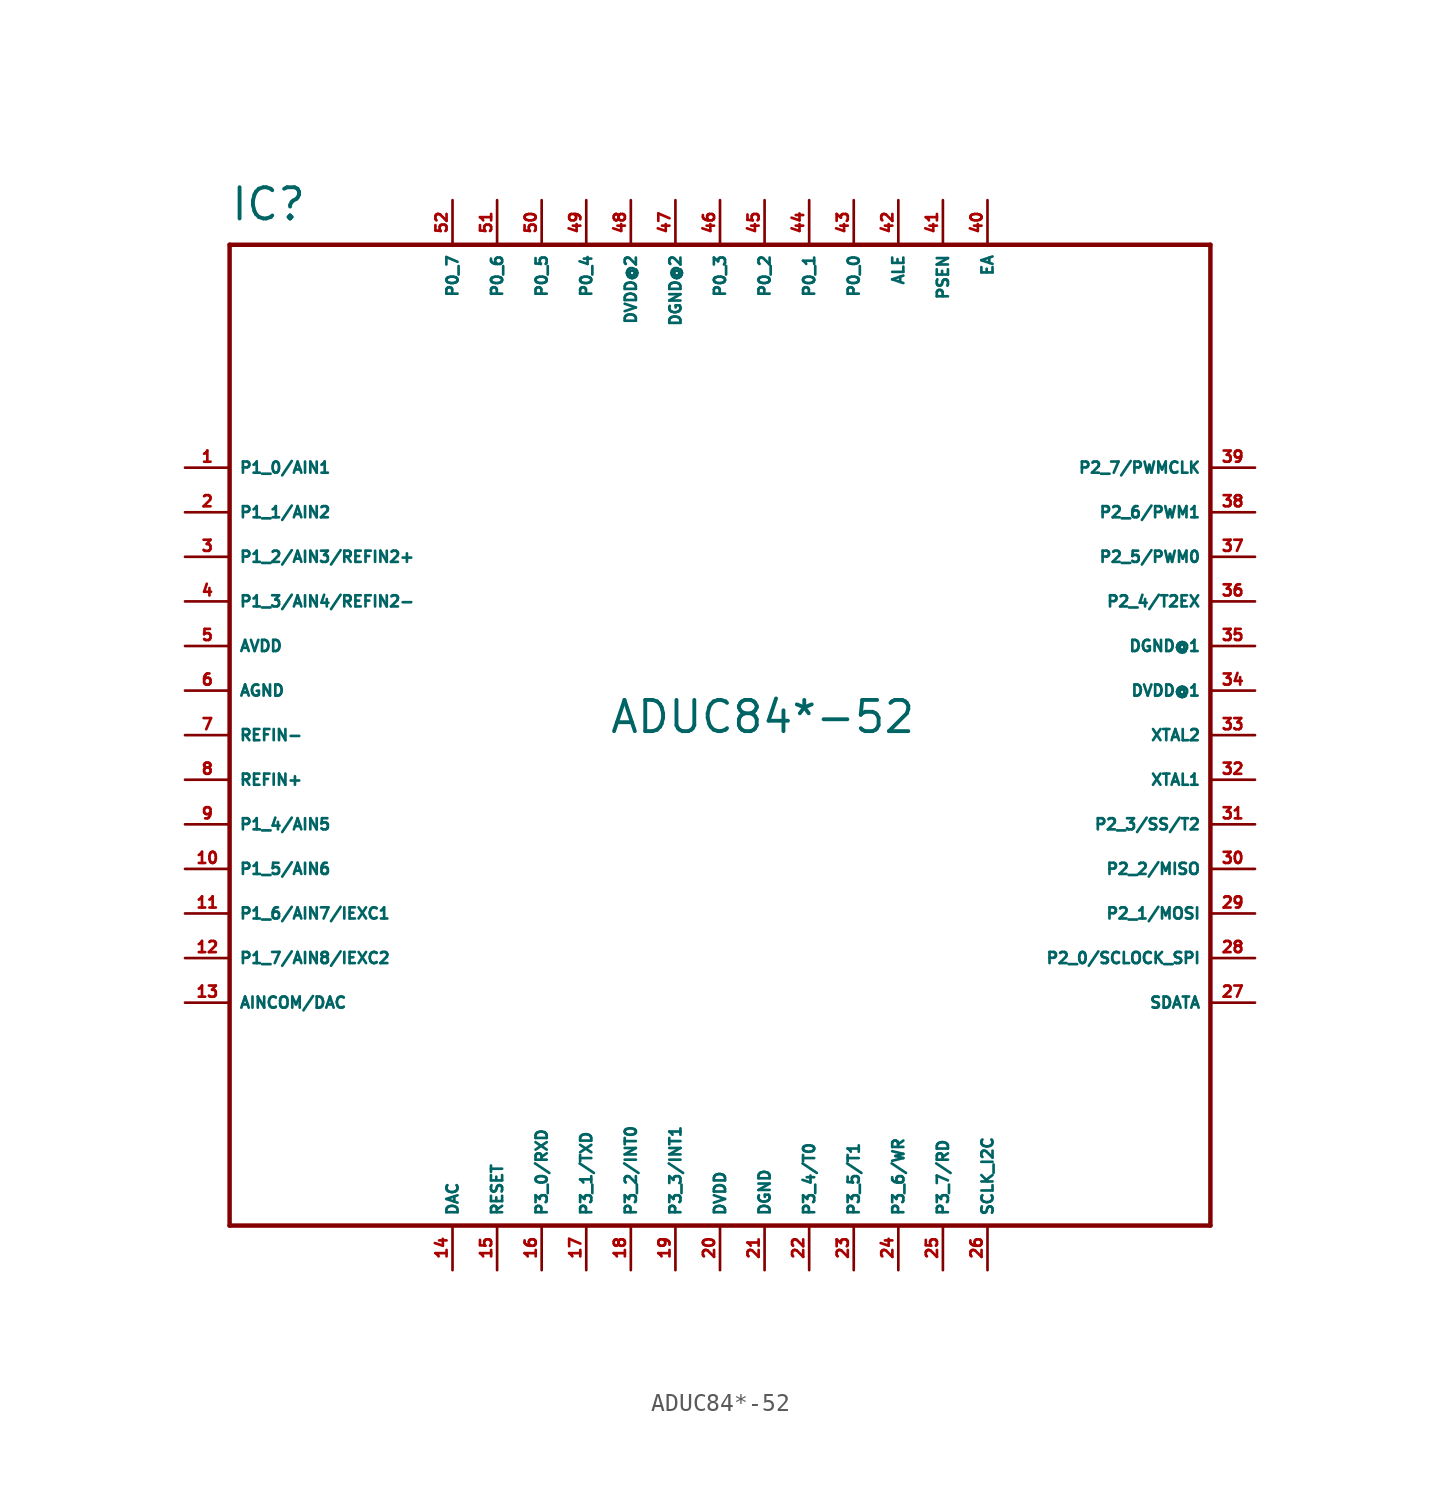
<source format=kicad_sym>
(kicad_symbol_lib
  (version 20220914)
  (generator Eagle2Kicad)
  (symbol "ADUC84*-52"
    (property "Reference" "IC"
      (at -27.94 29.21 0)
      (effects (font (size 1.778 1.778) (thickness 0.22)) (justify left bottom)))
    (property "Value" "ADUC84*-52"
      (at -6.35 0 0)
      (effects (font (size 1.778 1.778) (thickness 0.22)) (justify left bottom)))
    (polyline
      (pts (xy -27.94 -27.94) (xy 27.94 -27.94))
      (stroke (width 0.254) (type default))
      (fill (type none)))
    (polyline
      (pts (xy 27.94 -27.94) (xy 27.94 27.94))
      (stroke (width 0.254) (type default))
      (fill (type none)))
    (polyline
      (pts (xy 27.94 27.94) (xy -27.94 27.94))
      (stroke (width 0.254) (type default))
      (fill (type none)))
    (polyline
      (pts (xy -27.94 27.94) (xy -27.94 -27.94))
      (stroke (width 0.254) (type default))
      (fill (type none)))
    (pin input line
      (at -30.48 15.24 0)
      (length 2.54)
      (name "P1_0/AIN1" (effects (font (size 0.635 0.635) (thickness 0.08)) (justify left bottom)))
      (number "1" (effects (font (size 0.635 0.635) (thickness 0.08)) (justify left bottom))))
    (pin input line
      (at -30.48 12.7 0)
      (length 2.54)
      (name "P1_1/AIN2" (effects (font (size 0.635 0.635) (thickness 0.08)) (justify left bottom)))
      (number "2" (effects (font (size 0.635 0.635) (thickness 0.08)) (justify left bottom))))
    (pin input line
      (at -30.48 10.16 0)
      (length 2.54)
      (name "P1_2/AIN3/REFIN2+" (effects (font (size 0.635 0.635) (thickness 0.08)) (justify left bottom)))
      (number "3" (effects (font (size 0.635 0.635) (thickness 0.08)) (justify left bottom))))
    (pin input line
      (at -30.48 7.62 0)
      (length 2.54)
      (name "P1_3/AIN4/REFIN2-" (effects (font (size 0.635 0.635) (thickness 0.08)) (justify left bottom)))
      (number "4" (effects (font (size 0.635 0.635) (thickness 0.08)) (justify left bottom))))
    (pin unspecified line
      (at -30.48 5.08 0)
      (length 2.54)
      (name "AVDD" (effects (font (size 0.635 0.635) (thickness 0.08)) (justify left bottom)))
      (number "5" (effects (font (size 0.635 0.635) (thickness 0.08)) (justify left bottom))))
    (pin unspecified line
      (at -30.48 2.54 0)
      (length 2.54)
      (name "AGND" (effects (font (size 0.635 0.635) (thickness 0.08)) (justify left bottom)))
      (number "6" (effects (font (size 0.635 0.635) (thickness 0.08)) (justify left bottom))))
    (pin input line
      (at -30.48 0 0)
      (length 2.54)
      (name "REFIN-" (effects (font (size 0.635 0.635) (thickness 0.08)) (justify left bottom)))
      (number "7" (effects (font (size 0.635 0.635) (thickness 0.08)) (justify left bottom))))
    (pin input line
      (at -30.48 -2.54 0)
      (length 2.54)
      (name "REFIN+" (effects (font (size 0.635 0.635) (thickness 0.08)) (justify left bottom)))
      (number "8" (effects (font (size 0.635 0.635) (thickness 0.08)) (justify left bottom))))
    (pin input line
      (at -30.48 -5.08 0)
      (length 2.54)
      (name "P1_4/AIN5" (effects (font (size 0.635 0.635) (thickness 0.08)) (justify left bottom)))
      (number "9" (effects (font (size 0.635 0.635) (thickness 0.08)) (justify left bottom))))
    (pin input line
      (at -30.48 -7.62 0)
      (length 2.54)
      (name "P1_5/AIN6" (effects (font (size 0.635 0.635) (thickness 0.08)) (justify left bottom)))
      (number "10" (effects (font (size 0.635 0.635) (thickness 0.08)) (justify left bottom))))
    (pin bidirectional line
      (at -30.48 -10.16 0)
      (length 2.54)
      (name "P1_6/AIN7/IEXC1" (effects (font (size 0.635 0.635) (thickness 0.08)) (justify left bottom)))
      (number "11" (effects (font (size 0.635 0.635) (thickness 0.08)) (justify left bottom))))
    (pin bidirectional line
      (at -30.48 -12.7 0)
      (length 2.54)
      (name "P1_7/AIN8/IEXC2" (effects (font (size 0.635 0.635) (thickness 0.08)) (justify left bottom)))
      (number "12" (effects (font (size 0.635 0.635) (thickness 0.08)) (justify left bottom))))
    (pin bidirectional line
      (at -30.48 -15.24 0)
      (length 2.54)
      (name "AINCOM/DAC" (effects (font (size 0.635 0.635) (thickness 0.08)) (justify left bottom)))
      (number "13" (effects (font (size 0.635 0.635) (thickness 0.08)) (justify left bottom))))
    (pin output line
      (at -15.24 -30.48 90)
      (length 2.54)
      (name "DAC" (effects (font (size 0.635 0.635) (thickness 0.08)) (justify left bottom)))
      (number "14" (effects (font (size 0.635 0.635) (thickness 0.08)) (justify left bottom))))
    (pin input line
      (at -12.7 -30.48 90)
      (length 2.54)
      (name "RESET" (effects (font (size 0.635 0.635) (thickness 0.08)) (justify left bottom)))
      (number "15" (effects (font (size 0.635 0.635) (thickness 0.08)) (justify left bottom))))
    (pin bidirectional line
      (at -10.16 -30.48 90)
      (length 2.54)
      (name "P3_0/RXD" (effects (font (size 0.635 0.635) (thickness 0.08)) (justify left bottom)))
      (number "16" (effects (font (size 0.635 0.635) (thickness 0.08)) (justify left bottom))))
    (pin bidirectional line
      (at -7.62 -30.48 90)
      (length 2.54)
      (name "P3_1/TXD" (effects (font (size 0.635 0.635) (thickness 0.08)) (justify left bottom)))
      (number "17" (effects (font (size 0.635 0.635) (thickness 0.08)) (justify left bottom))))
    (pin bidirectional line
      (at -5.08 -30.48 90)
      (length 2.54)
      (name "P3_2/INT0" (effects (font (size 0.635 0.635) (thickness 0.08)) (justify left bottom)))
      (number "18" (effects (font (size 0.635 0.635) (thickness 0.08)) (justify left bottom))))
    (pin bidirectional line
      (at -2.54 -30.48 90)
      (length 2.54)
      (name "P3_3/INT1" (effects (font (size 0.635 0.635) (thickness 0.08)) (justify left bottom)))
      (number "19" (effects (font (size 0.635 0.635) (thickness 0.08)) (justify left bottom))))
    (pin unspecified line
      (at 0 -30.48 90)
      (length 2.54)
      (name "DVDD" (effects (font (size 0.635 0.635) (thickness 0.08)) (justify left bottom)))
      (number "20" (effects (font (size 0.635 0.635) (thickness 0.08)) (justify left bottom))))
    (pin unspecified line
      (at 2.54 -30.48 90)
      (length 2.54)
      (name "DGND" (effects (font (size 0.635 0.635) (thickness 0.08)) (justify left bottom)))
      (number "21" (effects (font (size 0.635 0.635) (thickness 0.08)) (justify left bottom))))
    (pin bidirectional line
      (at 5.08 -30.48 90)
      (length 2.54)
      (name "P3_4/T0" (effects (font (size 0.635 0.635) (thickness 0.08)) (justify left bottom)))
      (number "22" (effects (font (size 0.635 0.635) (thickness 0.08)) (justify left bottom))))
    (pin bidirectional line
      (at 7.62 -30.48 90)
      (length 2.54)
      (name "P3_5/T1" (effects (font (size 0.635 0.635) (thickness 0.08)) (justify left bottom)))
      (number "23" (effects (font (size 0.635 0.635) (thickness 0.08)) (justify left bottom))))
    (pin bidirectional line
      (at 10.16 -30.48 90)
      (length 2.54)
      (name "P3_6/WR" (effects (font (size 0.635 0.635) (thickness 0.08)) (justify left bottom)))
      (number "24" (effects (font (size 0.635 0.635) (thickness 0.08)) (justify left bottom))))
    (pin bidirectional line
      (at 12.7 -30.48 90)
      (length 2.54)
      (name "P3_7/RD" (effects (font (size 0.635 0.635) (thickness 0.08)) (justify left bottom)))
      (number "25" (effects (font (size 0.635 0.635) (thickness 0.08)) (justify left bottom))))
    (pin bidirectional line
      (at 15.24 -30.48 90)
      (length 2.54)
      (name "SCLK_I2C" (effects (font (size 0.635 0.635) (thickness 0.08)) (justify left bottom)))
      (number "26" (effects (font (size 0.635 0.635) (thickness 0.08)) (justify left bottom))))
    (pin bidirectional line
      (at 30.48 -15.24 180)
      (length 2.54)
      (name "SDATA" (effects (font (size 0.635 0.635) (thickness 0.08)) (justify left bottom)))
      (number "27" (effects (font (size 0.635 0.635) (thickness 0.08)) (justify left bottom))))
    (pin bidirectional line
      (at 30.48 -12.7 180)
      (length 2.54)
      (name "P2_0/SCLOCK_SPI" (effects (font (size 0.635 0.635) (thickness 0.08)) (justify left bottom)))
      (number "28" (effects (font (size 0.635 0.635) (thickness 0.08)) (justify left bottom))))
    (pin bidirectional line
      (at 30.48 -10.16 180)
      (length 2.54)
      (name "P2_1/MOSI" (effects (font (size 0.635 0.635) (thickness 0.08)) (justify left bottom)))
      (number "29" (effects (font (size 0.635 0.635) (thickness 0.08)) (justify left bottom))))
    (pin bidirectional line
      (at 30.48 -7.62 180)
      (length 2.54)
      (name "P2_2/MISO" (effects (font (size 0.635 0.635) (thickness 0.08)) (justify left bottom)))
      (number "30" (effects (font (size 0.635 0.635) (thickness 0.08)) (justify left bottom))))
    (pin bidirectional line
      (at 30.48 -5.08 180)
      (length 2.54)
      (name "P2_3/SS/T2" (effects (font (size 0.635 0.635) (thickness 0.08)) (justify left bottom)))
      (number "31" (effects (font (size 0.635 0.635) (thickness 0.08)) (justify left bottom))))
    (pin input line
      (at 30.48 -2.54 180)
      (length 2.54)
      (name "XTAL1" (effects (font (size 0.635 0.635) (thickness 0.08)) (justify left bottom)))
      (number "32" (effects (font (size 0.635 0.635) (thickness 0.08)) (justify left bottom))))
    (pin output line
      (at 30.48 0 180)
      (length 2.54)
      (name "XTAL2" (effects (font (size 0.635 0.635) (thickness 0.08)) (justify left bottom)))
      (number "33" (effects (font (size 0.635 0.635) (thickness 0.08)) (justify left bottom))))
    (pin unspecified line
      (at 30.48 2.54 180)
      (length 2.54)
      (name "DVDD@1" (effects (font (size 0.635 0.635) (thickness 0.08)) (justify left bottom)))
      (number "34" (effects (font (size 0.635 0.635) (thickness 0.08)) (justify left bottom))))
    (pin unspecified line
      (at 30.48 5.08 180)
      (length 2.54)
      (name "DGND@1" (effects (font (size 0.635 0.635) (thickness 0.08)) (justify left bottom)))
      (number "35" (effects (font (size 0.635 0.635) (thickness 0.08)) (justify left bottom))))
    (pin bidirectional line
      (at 30.48 7.62 180)
      (length 2.54)
      (name "P2_4/T2EX" (effects (font (size 0.635 0.635) (thickness 0.08)) (justify left bottom)))
      (number "36" (effects (font (size 0.635 0.635) (thickness 0.08)) (justify left bottom))))
    (pin bidirectional line
      (at 30.48 10.16 180)
      (length 2.54)
      (name "P2_5/PWM0" (effects (font (size 0.635 0.635) (thickness 0.08)) (justify left bottom)))
      (number "37" (effects (font (size 0.635 0.635) (thickness 0.08)) (justify left bottom))))
    (pin bidirectional line
      (at 30.48 12.7 180)
      (length 2.54)
      (name "P2_6/PWM1" (effects (font (size 0.635 0.635) (thickness 0.08)) (justify left bottom)))
      (number "38" (effects (font (size 0.635 0.635) (thickness 0.08)) (justify left bottom))))
    (pin bidirectional line
      (at 30.48 15.24 180)
      (length 2.54)
      (name "P2_7/PWMCLK" (effects (font (size 0.635 0.635) (thickness 0.08)) (justify left bottom)))
      (number "39" (effects (font (size 0.635 0.635) (thickness 0.08)) (justify left bottom))))
    (pin input line
      (at 15.24 30.48 270)
      (length 2.54)
      (name "EA" (effects (font (size 0.635 0.635) (thickness 0.08)) (justify left bottom)))
      (number "40" (effects (font (size 0.635 0.635) (thickness 0.08)) (justify left bottom))))
    (pin output line
      (at 12.7 30.48 270)
      (length 2.54)
      (name "PSEN" (effects (font (size 0.635 0.635) (thickness 0.08)) (justify left bottom)))
      (number "41" (effects (font (size 0.635 0.635) (thickness 0.08)) (justify left bottom))))
    (pin output line
      (at 10.16 30.48 270)
      (length 2.54)
      (name "ALE" (effects (font (size 0.635 0.635) (thickness 0.08)) (justify left bottom)))
      (number "42" (effects (font (size 0.635 0.635) (thickness 0.08)) (justify left bottom))))
    (pin bidirectional line
      (at 7.62 30.48 270)
      (length 2.54)
      (name "P0_0" (effects (font (size 0.635 0.635) (thickness 0.08)) (justify left bottom)))
      (number "43" (effects (font (size 0.635 0.635) (thickness 0.08)) (justify left bottom))))
    (pin bidirectional line
      (at 5.08 30.48 270)
      (length 2.54)
      (name "P0_1" (effects (font (size 0.635 0.635) (thickness 0.08)) (justify left bottom)))
      (number "44" (effects (font (size 0.635 0.635) (thickness 0.08)) (justify left bottom))))
    (pin bidirectional line
      (at 2.54 30.48 270)
      (length 2.54)
      (name "P0_2" (effects (font (size 0.635 0.635) (thickness 0.08)) (justify left bottom)))
      (number "45" (effects (font (size 0.635 0.635) (thickness 0.08)) (justify left bottom))))
    (pin bidirectional line
      (at 0 30.48 270)
      (length 2.54)
      (name "P0_3" (effects (font (size 0.635 0.635) (thickness 0.08)) (justify left bottom)))
      (number "46" (effects (font (size 0.635 0.635) (thickness 0.08)) (justify left bottom))))
    (pin unspecified line
      (at -2.54 30.48 270)
      (length 2.54)
      (name "DGND@2" (effects (font (size 0.635 0.635) (thickness 0.08)) (justify left bottom)))
      (number "47" (effects (font (size 0.635 0.635) (thickness 0.08)) (justify left bottom))))
    (pin unspecified line
      (at -5.08 30.48 270)
      (length 2.54)
      (name "DVDD@2" (effects (font (size 0.635 0.635) (thickness 0.08)) (justify left bottom)))
      (number "48" (effects (font (size 0.635 0.635) (thickness 0.08)) (justify left bottom))))
    (pin bidirectional line
      (at -7.62 30.48 270)
      (length 2.54)
      (name "P0_4" (effects (font (size 0.635 0.635) (thickness 0.08)) (justify left bottom)))
      (number "49" (effects (font (size 0.635 0.635) (thickness 0.08)) (justify left bottom))))
    (pin bidirectional line
      (at -10.16 30.48 270)
      (length 2.54)
      (name "P0_5" (effects (font (size 0.635 0.635) (thickness 0.08)) (justify left bottom)))
      (number "50" (effects (font (size 0.635 0.635) (thickness 0.08)) (justify left bottom))))
    (pin bidirectional line
      (at -12.7 30.48 270)
      (length 2.54)
      (name "P0_6" (effects (font (size 0.635 0.635) (thickness 0.08)) (justify left bottom)))
      (number "51" (effects (font (size 0.635 0.635) (thickness 0.08)) (justify left bottom))))
    (pin bidirectional line
      (at -15.24 30.48 270)
      (length 2.54)
      (name "P0_7" (effects (font (size 0.635 0.635) (thickness 0.08)) (justify left bottom)))
      (number "52" (effects (font (size 0.635 0.635) (thickness 0.08)) (justify left bottom))))))
</source>
